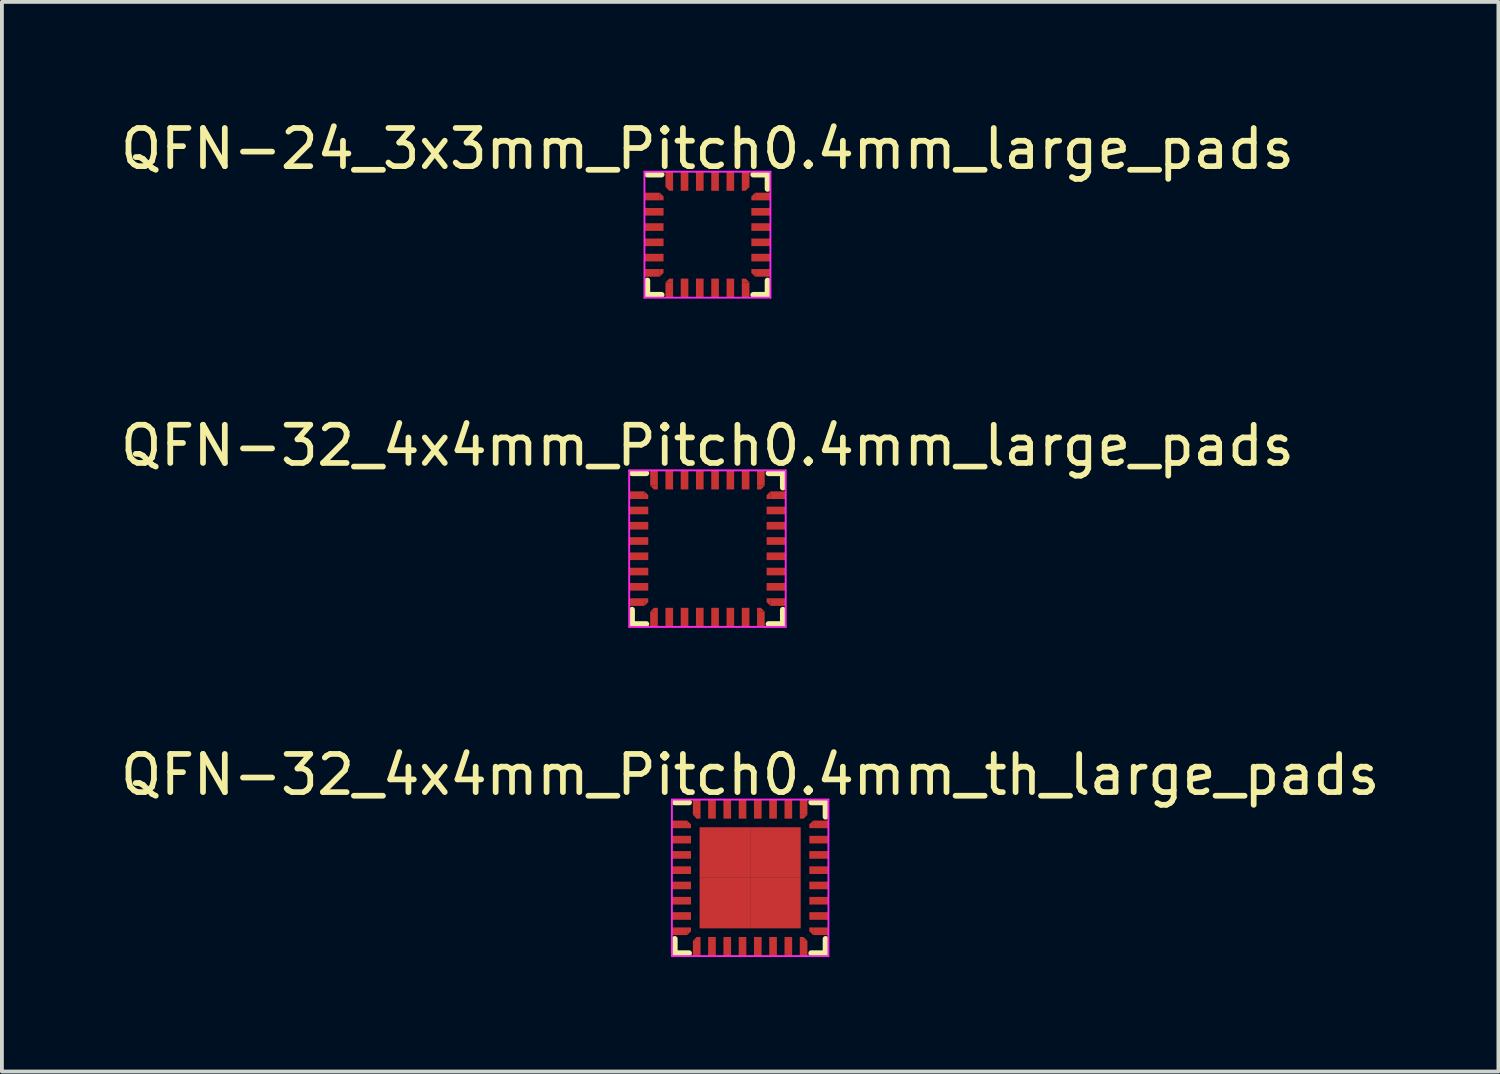
<source format=kicad_pcb>
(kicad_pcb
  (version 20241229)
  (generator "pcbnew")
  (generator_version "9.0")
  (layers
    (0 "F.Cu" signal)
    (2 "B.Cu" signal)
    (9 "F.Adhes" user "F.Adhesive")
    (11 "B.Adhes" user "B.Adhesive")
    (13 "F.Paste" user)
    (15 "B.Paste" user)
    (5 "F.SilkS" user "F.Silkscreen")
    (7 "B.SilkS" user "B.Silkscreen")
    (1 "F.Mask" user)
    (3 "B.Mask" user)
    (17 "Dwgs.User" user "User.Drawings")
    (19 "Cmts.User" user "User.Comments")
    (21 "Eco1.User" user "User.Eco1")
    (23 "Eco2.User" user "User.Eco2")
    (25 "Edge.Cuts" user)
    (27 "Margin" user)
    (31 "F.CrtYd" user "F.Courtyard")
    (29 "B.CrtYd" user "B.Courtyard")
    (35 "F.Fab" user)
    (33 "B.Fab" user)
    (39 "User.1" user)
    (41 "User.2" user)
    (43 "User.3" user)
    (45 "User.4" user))
  (footprint "QFN-32_4x4mm_Pitch0.4mm_th_large_pads"
    (layer "F.Cu")
    (at 16.601 19.945)
    (property "Reference" "QFN-32_4x4mm_Pitch0.4mm_th_large_pads" (at 0 -2.7 0) (layer "F.SilkS") (effects (font (size 1 1) (thickness 0.15))))
    (attr smd)
    (fp_line (start -1.975 -1.975) (end -1.6 -1.975) (stroke (width 0.15) (type solid)) (layer "F.SilkS"))
    (fp_line (start -1.975 1.975) (end -1.975 1.6) (stroke (width 0.15) (type solid)) (layer "F.SilkS"))
    (fp_line (start -1.975 1.975) (end -1.6 1.975) (stroke (width 0.15) (type solid)) (layer "F.SilkS"))
    (fp_line (start 1.975 -1.975) (end 1.6 -1.975) (stroke (width 0.15) (type solid)) (layer "F.SilkS"))
    (fp_line (start 1.975 -1.975) (end 1.975 -1.6) (stroke (width 0.15) (type solid)) (layer "F.SilkS"))
    (fp_line (start 1.975 1.975) (end 1.6 1.975) (stroke (width 0.15) (type solid)) (layer "F.SilkS"))
    (fp_line (start 1.975 1.975) (end 1.975 1.6) (stroke (width 0.15) (type solid)) (layer "F.SilkS"))
    (fp_line (start -2.05 -2.05) (end 2.05 -2.05) (stroke (width 0.05) (type solid)) (layer "F.CrtYd"))
    (fp_line (start -2.05 2.05) (end -2.05 -2.05) (stroke (width 0.05) (type solid)) (layer "F.CrtYd"))
    (fp_line (start 2.05 -2.05) (end 2.05 2.05) (stroke (width 0.05) (type solid)) (layer "F.CrtYd"))
    (fp_line (start 2.05 2.05) (end -2.05 2.05) (stroke (width 0.05) (type solid)) (layer "F.CrtYd"))
    (pad "1" smd rect (at -1.85 -1.4) (size 0.4 0.2) (layers "F.Cu" "F.Mask" "F.Paste"))
    (pad "1" smd trapezoid (at -1.6 -1.4) (size 0.1 0.1) (rect_delta 0.099 0) (layers "F.Cu" "F.Mask" "F.Paste"))
    (pad "1" smd rect (at -1.6 -1.35) (size 0.1 0.1) (layers "F.Cu" "F.Mask" "F.Paste"))
    (pad "2" smd rect (at -1.8 -1) (size 0.5 0.2) (layers "F.Cu" "F.Mask" "F.Paste"))
    (pad "3" smd rect (at -1.8 -0.6) (size 0.5 0.2) (layers "F.Cu" "F.Mask" "F.Paste"))
    (pad "4" smd rect (at -1.8 -0.2) (size 0.5 0.2) (layers "F.Cu" "F.Mask" "F.Paste"))
    (pad "5" smd rect (at -1.8 0.2) (size 0.5 0.2) (layers "F.Cu" "F.Mask" "F.Paste"))
    (pad "6" smd rect (at -1.8 0.6) (size 0.5 0.2) (layers "F.Cu" "F.Mask" "F.Paste"))
    (pad "7" smd rect (at -1.8 1) (size 0.5 0.2) (layers "F.Cu" "F.Mask" "F.Paste"))
    (pad "8" smd rect (at -1.85 1.4) (size 0.4 0.2) (layers "F.Cu" "F.Mask" "F.Paste"))
    (pad "8" smd rect (at -1.6 1.35) (size 0.1 0.1) (layers "F.Cu" "F.Mask" "F.Paste"))
    (pad "8" smd trapezoid (at -1.6 1.4) (size 0.1 0.1) (rect_delta 0.099 0) (layers "F.Cu" "F.Mask" "F.Paste"))
    (pad "9" smd trapezoid (at -1.4 1.6 90) (size 0.1 0.1) (rect_delta 0.099 0) (layers "F.Cu" "F.Mask" "F.Paste"))
    (pad "9" smd rect (at -1.4 1.85 90) (size 0.4 0.2) (layers "F.Cu" "F.Mask" "F.Paste"))
    (pad "9" smd rect (at -1.35 1.6) (size 0.1 0.1) (layers "F.Cu" "F.Mask" "F.Paste"))
    (pad "10" smd rect (at -1 1.8 90) (size 0.5 0.2) (layers "F.Cu" "F.Mask" "F.Paste"))
    (pad "11" smd rect (at -0.6 1.8 90) (size 0.5 0.2) (layers "F.Cu" "F.Mask" "F.Paste"))
    (pad "12" smd rect (at -0.2 1.8 90) (size 0.5 0.2) (layers "F.Cu" "F.Mask" "F.Paste"))
    (pad "13" smd rect (at 0.2 1.8 90) (size 0.5 0.2) (layers "F.Cu" "F.Mask" "F.Paste"))
    (pad "14" smd rect (at 0.6 1.8 90) (size 0.5 0.2) (layers "F.Cu" "F.Mask" "F.Paste"))
    (pad "15" smd rect (at 1 1.8 90) (size 0.5 0.2) (layers "F.Cu" "F.Mask" "F.Paste"))
    (pad "16" smd rect (at 1.35 1.6) (size 0.1 0.1) (layers "F.Cu" "F.Mask" "F.Paste"))
    (pad "16" smd trapezoid (at 1.4 1.6 90) (size 0.1 0.1) (rect_delta 0.099 0) (layers "F.Cu" "F.Mask" "F.Paste"))
    (pad "16" smd rect (at 1.4 1.85 90) (size 0.4 0.2) (layers "F.Cu" "F.Mask" "F.Paste"))
    (pad "17" smd rect (at 1.6 1.35) (size 0.1 0.1) (layers "F.Cu" "F.Mask" "F.Paste"))
    (pad "17" smd trapezoid (at 1.6 1.4 180) (size 0.1 0.1) (rect_delta 0.099 0) (layers "F.Cu" "F.Mask" "F.Paste"))
    (pad "17" smd rect (at 1.85 1.4 180) (size 0.4 0.2) (layers "F.Cu" "F.Mask" "F.Paste"))
    (pad "18" smd rect (at 1.8 1 180) (size 0.5 0.2) (layers "F.Cu" "F.Mask" "F.Paste"))
    (pad "19" smd rect (at 1.8 0.6 180) (size 0.5 0.2) (layers "F.Cu" "F.Mask" "F.Paste"))
    (pad "20" smd rect (at 1.8 0.2 180) (size 0.5 0.2) (layers "F.Cu" "F.Mask" "F.Paste"))
    (pad "21" smd rect (at 1.8 -0.2 180) (size 0.5 0.2) (layers "F.Cu" "F.Mask" "F.Paste"))
    (pad "22" smd rect (at 1.8 -0.6 180) (size 0.5 0.2) (layers "F.Cu" "F.Mask" "F.Paste"))
    (pad "23" smd rect (at 1.8 -1 180) (size 0.5 0.2) (layers "F.Cu" "F.Mask" "F.Paste"))
    (pad "24" smd trapezoid (at 1.6 -1.4 180) (size 0.1 0.1) (rect_delta 0.099 0) (layers "F.Cu" "F.Mask" "F.Paste"))
    (pad "24" smd rect (at 1.6 -1.35) (size 0.1 0.1) (layers "F.Cu" "F.Mask" "F.Paste"))
    (pad "24" smd rect (at 1.85 -1.4 180) (size 0.4 0.2) (layers "F.Cu" "F.Mask" "F.Paste"))
    (pad "25" smd rect (at 1.35 -1.6) (size 0.1 0.1) (layers "F.Cu" "F.Mask" "F.Paste"))
    (pad "25" smd rect (at 1.4 -1.85 90) (size 0.4 0.2) (layers "F.Cu" "F.Mask" "F.Paste"))
    (pad "25" smd trapezoid (at 1.4 -1.6 270) (size 0.1 0.1) (rect_delta 0.099 0) (layers "F.Cu" "F.Mask" "F.Paste"))
    (pad "26" smd rect (at 1 -1.8 90) (size 0.5 0.2) (layers "F.Cu" "F.Mask" "F.Paste"))
    (pad "27" smd rect (at 0.6 -1.8 90) (size 0.5 0.2) (layers "F.Cu" "F.Mask" "F.Paste"))
    (pad "28" smd rect (at 0.2 -1.8 90) (size 0.5 0.2) (layers "F.Cu" "F.Mask" "F.Paste"))
    (pad "29" smd rect (at -0.2 -1.8 90) (size 0.5 0.2) (layers "F.Cu" "F.Mask" "F.Paste"))
    (pad "30" smd rect (at -0.6 -1.8 90) (size 0.5 0.2) (layers "F.Cu" "F.Mask" "F.Paste"))
    (pad "31" smd rect (at -1 -1.8 90) (size 0.5 0.2) (layers "F.Cu" "F.Mask" "F.Paste"))
    (pad "32" smd rect (at -1.4 -1.85 90) (size 0.4 0.2) (layers "F.Cu" "F.Mask" "F.Paste"))
    (pad "32" smd trapezoid (at -1.4 -1.6 270) (size 0.1 0.1) (rect_delta 0.099 0) (layers "F.Cu" "F.Mask" "F.Paste"))
    (pad "32" smd rect (at -1.35 -1.6) (size 0.1 0.1) (layers "F.Cu" "F.Mask" "F.Paste"))
    (pad "33" smd rect (at -0.662 -0.662) (size 1.325 1.325) (layers "F.Cu" "F.Mask" "F.Paste"))
    (pad "33" smd rect (at -0.662 0.662) (size 1.325 1.325) (layers "F.Cu" "F.Mask" "F.Paste"))
    (pad "33" smd rect (at 0.662 -0.662) (size 1.325 1.325) (layers "F.Cu" "F.Mask" "F.Paste"))
    (pad "33" smd rect (at 0.662 0.662) (size 1.325 1.325) (layers "F.Cu" "F.Mask" "F.Paste")))
  (footprint "QFN-32_4x4mm_Pitch0.4mm_large_pads"
    (layer "F.Cu")
    (at 15.482 11.322)
    (property "Reference" "QFN-32_4x4mm_Pitch0.4mm_large_pads" (at 0 -2.7 0) (layer "F.SilkS") (effects (font (size 1 1) (thickness 0.15))))
    (attr smd)
    (fp_line (start -1.975 -1.975) (end -1.6 -1.975) (stroke (width 0.15) (type solid)) (layer "F.SilkS"))
    (fp_line (start -1.975 1.975) (end -1.975 1.6) (stroke (width 0.15) (type solid)) (layer "F.SilkS"))
    (fp_line (start -1.975 1.975) (end -1.6 1.975) (stroke (width 0.15) (type solid)) (layer "F.SilkS"))
    (fp_line (start 1.975 -1.975) (end 1.6 -1.975) (stroke (width 0.15) (type solid)) (layer "F.SilkS"))
    (fp_line (start 1.975 -1.975) (end 1.975 -1.6) (stroke (width 0.15) (type solid)) (layer "F.SilkS"))
    (fp_line (start 1.975 1.975) (end 1.6 1.975) (stroke (width 0.15) (type solid)) (layer "F.SilkS"))
    (fp_line (start 1.975 1.975) (end 1.975 1.6) (stroke (width 0.15) (type solid)) (layer "F.SilkS"))
    (fp_line (start -2.05 -2.05) (end 2.05 -2.05) (stroke (width 0.05) (type solid)) (layer "F.CrtYd"))
    (fp_line (start -2.05 2.05) (end -2.05 -2.05) (stroke (width 0.05) (type solid)) (layer "F.CrtYd"))
    (fp_line (start 2.05 -2.05) (end 2.05 2.05) (stroke (width 0.05) (type solid)) (layer "F.CrtYd"))
    (fp_line (start 2.05 2.05) (end -2.05 2.05) (stroke (width 0.05) (type solid)) (layer "F.CrtYd"))
    (pad "1" smd rect (at -1.85 -1.4) (size 0.4 0.2) (layers "F.Cu" "F.Mask" "F.Paste"))
    (pad "1" smd trapezoid (at -1.6 -1.4) (size 0.1 0.1) (rect_delta 0.099 0) (layers "F.Cu" "F.Mask" "F.Paste"))
    (pad "1" smd rect (at -1.6 -1.35) (size 0.1 0.1) (layers "F.Cu" "F.Mask" "F.Paste"))
    (pad "2" smd rect (at -1.8 -1) (size 0.5 0.2) (layers "F.Cu" "F.Mask" "F.Paste"))
    (pad "3" smd rect (at -1.8 -0.6) (size 0.5 0.2) (layers "F.Cu" "F.Mask" "F.Paste"))
    (pad "4" smd rect (at -1.8 -0.2) (size 0.5 0.2) (layers "F.Cu" "F.Mask" "F.Paste"))
    (pad "5" smd rect (at -1.8 0.2) (size 0.5 0.2) (layers "F.Cu" "F.Mask" "F.Paste"))
    (pad "6" smd rect (at -1.8 0.6) (size 0.5 0.2) (layers "F.Cu" "F.Mask" "F.Paste"))
    (pad "7" smd rect (at -1.8 1) (size 0.5 0.2) (layers "F.Cu" "F.Mask" "F.Paste"))
    (pad "8" smd rect (at -1.85 1.4) (size 0.4 0.2) (layers "F.Cu" "F.Mask" "F.Paste"))
    (pad "8" smd rect (at -1.6 1.35) (size 0.1 0.1) (layers "F.Cu" "F.Mask" "F.Paste"))
    (pad "8" smd trapezoid (at -1.6 1.4) (size 0.1 0.1) (rect_delta 0.099 0) (layers "F.Cu" "F.Mask" "F.Paste"))
    (pad "9" smd trapezoid (at -1.4 1.6 90) (size 0.1 0.1) (rect_delta 0.099 0) (layers "F.Cu" "F.Mask" "F.Paste"))
    (pad "9" smd rect (at -1.4 1.85 90) (size 0.4 0.2) (layers "F.Cu" "F.Mask" "F.Paste"))
    (pad "9" smd rect (at -1.35 1.6) (size 0.1 0.1) (layers "F.Cu" "F.Mask" "F.Paste"))
    (pad "10" smd rect (at -1 1.8 90) (size 0.5 0.2) (layers "F.Cu" "F.Mask" "F.Paste"))
    (pad "11" smd rect (at -0.6 1.8 90) (size 0.5 0.2) (layers "F.Cu" "F.Mask" "F.Paste"))
    (pad "12" smd rect (at -0.2 1.8 90) (size 0.5 0.2) (layers "F.Cu" "F.Mask" "F.Paste"))
    (pad "13" smd rect (at 0.2 1.8 90) (size 0.5 0.2) (layers "F.Cu" "F.Mask" "F.Paste"))
    (pad "14" smd rect (at 0.6 1.8 90) (size 0.5 0.2) (layers "F.Cu" "F.Mask" "F.Paste"))
    (pad "15" smd rect (at 1 1.8 90) (size 0.5 0.2) (layers "F.Cu" "F.Mask" "F.Paste"))
    (pad "16" smd rect (at 1.35 1.6) (size 0.1 0.1) (layers "F.Cu" "F.Mask" "F.Paste"))
    (pad "16" smd trapezoid (at 1.4 1.6 90) (size 0.1 0.1) (rect_delta 0.099 0) (layers "F.Cu" "F.Mask" "F.Paste"))
    (pad "16" smd rect (at 1.4 1.85 90) (size 0.4 0.2) (layers "F.Cu" "F.Mask" "F.Paste"))
    (pad "17" smd rect (at 1.6 1.35) (size 0.1 0.1) (layers "F.Cu" "F.Mask" "F.Paste"))
    (pad "17" smd trapezoid (at 1.6 1.4 180) (size 0.1 0.1) (rect_delta 0.099 0) (layers "F.Cu" "F.Mask" "F.Paste"))
    (pad "17" smd rect (at 1.85 1.4 180) (size 0.4 0.2) (layers "F.Cu" "F.Mask" "F.Paste"))
    (pad "18" smd rect (at 1.8 1 180) (size 0.5 0.2) (layers "F.Cu" "F.Mask" "F.Paste"))
    (pad "19" smd rect (at 1.8 0.6 180) (size 0.5 0.2) (layers "F.Cu" "F.Mask" "F.Paste"))
    (pad "20" smd rect (at 1.8 0.2 180) (size 0.5 0.2) (layers "F.Cu" "F.Mask" "F.Paste"))
    (pad "21" smd rect (at 1.8 -0.2 180) (size 0.5 0.2) (layers "F.Cu" "F.Mask" "F.Paste"))
    (pad "22" smd rect (at 1.8 -0.6 180) (size 0.5 0.2) (layers "F.Cu" "F.Mask" "F.Paste"))
    (pad "23" smd rect (at 1.8 -1 180) (size 0.5 0.2) (layers "F.Cu" "F.Mask" "F.Paste"))
    (pad "24" smd trapezoid (at 1.6 -1.4 180) (size 0.1 0.1) (rect_delta 0.099 0) (layers "F.Cu" "F.Mask" "F.Paste"))
    (pad "24" smd rect (at 1.6 -1.35) (size 0.1 0.1) (layers "F.Cu" "F.Mask" "F.Paste"))
    (pad "24" smd rect (at 1.85 -1.4 180) (size 0.4 0.2) (layers "F.Cu" "F.Mask" "F.Paste"))
    (pad "25" smd rect (at 1.35 -1.6) (size 0.1 0.1) (layers "F.Cu" "F.Mask" "F.Paste"))
    (pad "25" smd rect (at 1.4 -1.85 90) (size 0.4 0.2) (layers "F.Cu" "F.Mask" "F.Paste"))
    (pad "25" smd trapezoid (at 1.4 -1.6 270) (size 0.1 0.1) (rect_delta 0.099 0) (layers "F.Cu" "F.Mask" "F.Paste"))
    (pad "26" smd rect (at 1 -1.8 90) (size 0.5 0.2) (layers "F.Cu" "F.Mask" "F.Paste"))
    (pad "27" smd rect (at 0.6 -1.8 90) (size 0.5 0.2) (layers "F.Cu" "F.Mask" "F.Paste"))
    (pad "28" smd rect (at 0.2 -1.8 90) (size 0.5 0.2) (layers "F.Cu" "F.Mask" "F.Paste"))
    (pad "29" smd rect (at -0.2 -1.8 90) (size 0.5 0.2) (layers "F.Cu" "F.Mask" "F.Paste"))
    (pad "30" smd rect (at -0.6 -1.8 90) (size 0.5 0.2) (layers "F.Cu" "F.Mask" "F.Paste"))
    (pad "31" smd rect (at -1 -1.8 90) (size 0.5 0.2) (layers "F.Cu" "F.Mask" "F.Paste"))
    (pad "32" smd rect (at -1.4 -1.85 90) (size 0.4 0.2) (layers "F.Cu" "F.Mask" "F.Paste"))
    (pad "32" smd trapezoid (at -1.4 -1.6 270) (size 0.1 0.1) (rect_delta 0.099 0) (layers "F.Cu" "F.Mask" "F.Paste"))
    (pad "32" smd rect (at -1.35 -1.6) (size 0.1 0.1) (layers "F.Cu" "F.Mask" "F.Paste")))
  (footprint "QFN-24_3x3mm_Pitch0.4mm_large_pads"
    (layer "F.Cu")
    (at 15.482 3.098)
    (property "Reference" "QFN-24_3x3mm_Pitch0.4mm_large_pads" (at 0 -2.25 0) (layer "F.SilkS") (effects (font (size 1 1) (thickness 0.15))))
    (attr smd)
    (fp_line (start -1.575 -1.575) (end -1.2 -1.575) (stroke (width 0.15) (type solid)) (layer "F.SilkS"))
    (fp_line (start -1.575 1.575) (end -1.575 1.2) (stroke (width 0.15) (type solid)) (layer "F.SilkS"))
    (fp_line (start -1.575 1.575) (end -1.2 1.575) (stroke (width 0.15) (type solid)) (layer "F.SilkS"))
    (fp_line (start 1.575 -1.575) (end 1.2 -1.575) (stroke (width 0.15) (type solid)) (layer "F.SilkS"))
    (fp_line (start 1.575 -1.575) (end 1.575 -1.2) (stroke (width 0.15) (type solid)) (layer "F.SilkS"))
    (fp_line (start 1.575 1.575) (end 1.2 1.575) (stroke (width 0.15) (type solid)) (layer "F.SilkS"))
    (fp_line (start 1.575 1.575) (end 1.575 1.2) (stroke (width 0.15) (type solid)) (layer "F.SilkS"))
    (fp_line (start -1.65 -1.65) (end 1.65 -1.65) (stroke (width 0.05) (type solid)) (layer "F.CrtYd"))
    (fp_line (start -1.65 1.65) (end -1.65 -1.65) (stroke (width 0.05) (type solid)) (layer "F.CrtYd"))
    (fp_line (start 1.65 -1.65) (end 1.65 1.65) (stroke (width 0.05) (type solid)) (layer "F.CrtYd"))
    (fp_line (start 1.65 1.65) (end -1.65 1.65) (stroke (width 0.05) (type solid)) (layer "F.CrtYd"))
    (pad "1" smd rect (at -1.45 -1) (size 0.4 0.2) (layers "F.Cu" "F.Mask" "F.Paste"))
    (pad "1" smd trapezoid (at -1.2 -1) (size 0.1 0.1) (rect_delta 0.099 0) (layers "F.Cu" "F.Mask" "F.Paste"))
    (pad "1" smd rect (at -1.2 -0.95) (size 0.1 0.1) (layers "F.Cu" "F.Mask" "F.Paste"))
    (pad "2" smd rect (at -1.4 -0.6) (size 0.5 0.2) (layers "F.Cu" "F.Mask" "F.Paste"))
    (pad "3" smd rect (at -1.4 -0.2) (size 0.5 0.2) (layers "F.Cu" "F.Mask" "F.Paste"))
    (pad "4" smd rect (at -1.4 0.2) (size 0.5 0.2) (layers "F.Cu" "F.Mask" "F.Paste"))
    (pad "5" smd rect (at -1.4 0.6) (size 0.5 0.2) (layers "F.Cu" "F.Mask" "F.Paste"))
    (pad "6" smd rect (at -1.45 1) (size 0.4 0.2) (layers "F.Cu" "F.Mask" "F.Paste"))
    (pad "6" smd rect (at -1.2 0.95) (size 0.1 0.1) (layers "F.Cu" "F.Mask" "F.Paste"))
    (pad "6" smd trapezoid (at -1.2 1) (size 0.1 0.1) (rect_delta 0.099 0) (layers "F.Cu" "F.Mask" "F.Paste"))
    (pad "7" smd trapezoid (at -1 1.2 90) (size 0.1 0.1) (rect_delta 0.099 0) (layers "F.Cu" "F.Mask" "F.Paste"))
    (pad "7" smd rect (at -1 1.45 90) (size 0.4 0.2) (layers "F.Cu" "F.Mask" "F.Paste"))
    (pad "7" smd rect (at -0.95 1.2) (size 0.1 0.1) (layers "F.Cu" "F.Mask" "F.Paste"))
    (pad "8" smd rect (at -0.6 1.4 90) (size 0.5 0.2) (layers "F.Cu" "F.Mask" "F.Paste"))
    (pad "9" smd rect (at -0.2 1.4 90) (size 0.5 0.2) (layers "F.Cu" "F.Mask" "F.Paste"))
    (pad "10" smd rect (at 0.2 1.4 90) (size 0.5 0.2) (layers "F.Cu" "F.Mask" "F.Paste"))
    (pad "11" smd rect (at 0.6 1.4 90) (size 0.5 0.2) (layers "F.Cu" "F.Mask" "F.Paste"))
    (pad "12" smd rect (at 0.95 1.2) (size 0.1 0.1) (layers "F.Cu" "F.Mask" "F.Paste"))
    (pad "12" smd trapezoid (at 1 1.2 90) (size 0.1 0.1) (rect_delta 0.099 0) (layers "F.Cu" "F.Mask" "F.Paste"))
    (pad "12" smd rect (at 1 1.45 90) (size 0.4 0.2) (layers "F.Cu" "F.Mask" "F.Paste"))
    (pad "13" smd rect (at 1.2 0.95) (size 0.1 0.1) (layers "F.Cu" "F.Mask" "F.Paste"))
    (pad "13" smd trapezoid (at 1.2 1 180) (size 0.1 0.1) (rect_delta 0.099 0) (layers "F.Cu" "F.Mask" "F.Paste"))
    (pad "13" smd rect (at 1.45 1 180) (size 0.4 0.2) (layers "F.Cu" "F.Mask" "F.Paste"))
    (pad "14" smd rect (at 1.4 0.6 180) (size 0.5 0.2) (layers "F.Cu" "F.Mask" "F.Paste"))
    (pad "15" smd rect (at 1.4 0.2 180) (size 0.5 0.2) (layers "F.Cu" "F.Mask" "F.Paste"))
    (pad "16" smd rect (at 1.4 -0.2 180) (size 0.5 0.2) (layers "F.Cu" "F.Mask" "F.Paste"))
    (pad "17" smd rect (at 1.4 -0.6 180) (size 0.5 0.2) (layers "F.Cu" "F.Mask" "F.Paste"))
    (pad "18" smd trapezoid (at 1.2 -1 180) (size 0.1 0.1) (rect_delta 0.099 0) (layers "F.Cu" "F.Mask" "F.Paste"))
    (pad "18" smd rect (at 1.2 -0.95) (size 0.1 0.1) (layers "F.Cu" "F.Mask" "F.Paste"))
    (pad "18" smd rect (at 1.45 -1 180) (size 0.4 0.2) (layers "F.Cu" "F.Mask" "F.Paste"))
    (pad "19" smd rect (at 0.95 -1.2) (size 0.1 0.1) (layers "F.Cu" "F.Mask" "F.Paste"))
    (pad "19" smd rect (at 1 -1.45 90) (size 0.4 0.2) (layers "F.Cu" "F.Mask" "F.Paste"))
    (pad "19" smd trapezoid (at 1 -1.2 270) (size 0.1 0.1) (rect_delta 0.099 0) (layers "F.Cu" "F.Mask" "F.Paste"))
    (pad "20" smd rect (at 0.6 -1.4 90) (size 0.5 0.2) (layers "F.Cu" "F.Mask" "F.Paste"))
    (pad "21" smd rect (at 0.2 -1.4 90) (size 0.5 0.2) (layers "F.Cu" "F.Mask" "F.Paste"))
    (pad "22" smd rect (at -0.2 -1.4 90) (size 0.5 0.2) (layers "F.Cu" "F.Mask" "F.Paste"))
    (pad "23" smd rect (at -0.6 -1.4 90) (size 0.5 0.2) (layers "F.Cu" "F.Mask" "F.Paste"))
    (pad "24" smd rect (at -1 -1.45 90) (size 0.4 0.2) (layers "F.Cu" "F.Mask" "F.Paste"))
    (pad "24" smd trapezoid (at -1 -1.2 270) (size 0.1 0.1) (rect_delta 0.099 0) (layers "F.Cu" "F.Mask" "F.Paste"))
    (pad "24" smd rect (at -0.95 -1.2) (size 0.1 0.1) (layers "F.Cu" "F.Mask" "F.Paste")))
  (gr_rect
    (start -3 -3)
    (end 36.202 25.02)
    (stroke (width 0.1) (type default))
    (fill no)
    (layer "Edge.Cuts")))
</source>
